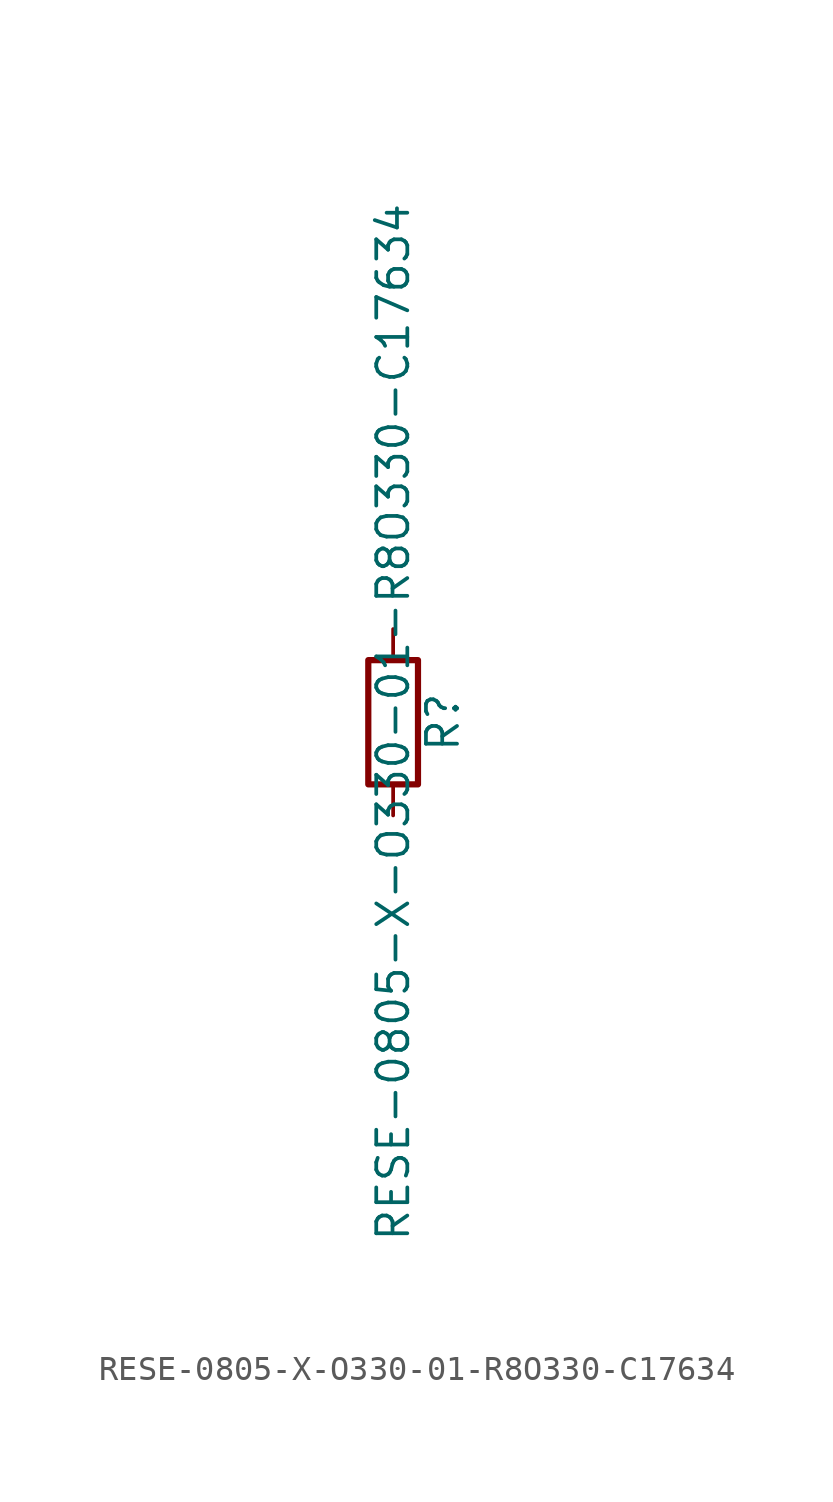
<source format=kicad_sym>
(kicad_symbol_lib
  (version 20211014)
  (generator kicad_symbol_editor)
  (symbol "RESE-0805-X-O330-01-R8O330-C17634"
    (pin_numbers hide)
    (pin_names
      (offset 0))
    (property "Reference" "R"
      (at 2.032 0 90)
      (effects (font (size 1.27 1.27))))
    (property "Value" "RESE-0805-X-O330-01-R8O330-C17634"
      (at 0 0 90)
      (effects (font (size 1.27 1.27))))
    (symbol "RESE-0805-X-O330-01-R8O330-C17634_0_1"
      (rectangle (start -1.016 -2.54) (end 1.016 2.54) (stroke (width 0.254) (type default) (color 0 0 0 0)) (fill (type none))))
    (symbol "RESE-0805-X-O330-01-R8O330-C17634_1_1"
      (pin passive line (at 0 3.81 270) (length 1.27) (name "~" (effects (font (size 1.27 1.27)))) (number "1" (effects (font (size 1.27 1.27)))))
      (pin passive line (at 0 -3.81 90) (length 1.27) (name "~" (effects (font (size 1.27 1.27)))) (number "2" (effects (font (size 1.27 1.27))))))))
</source>
